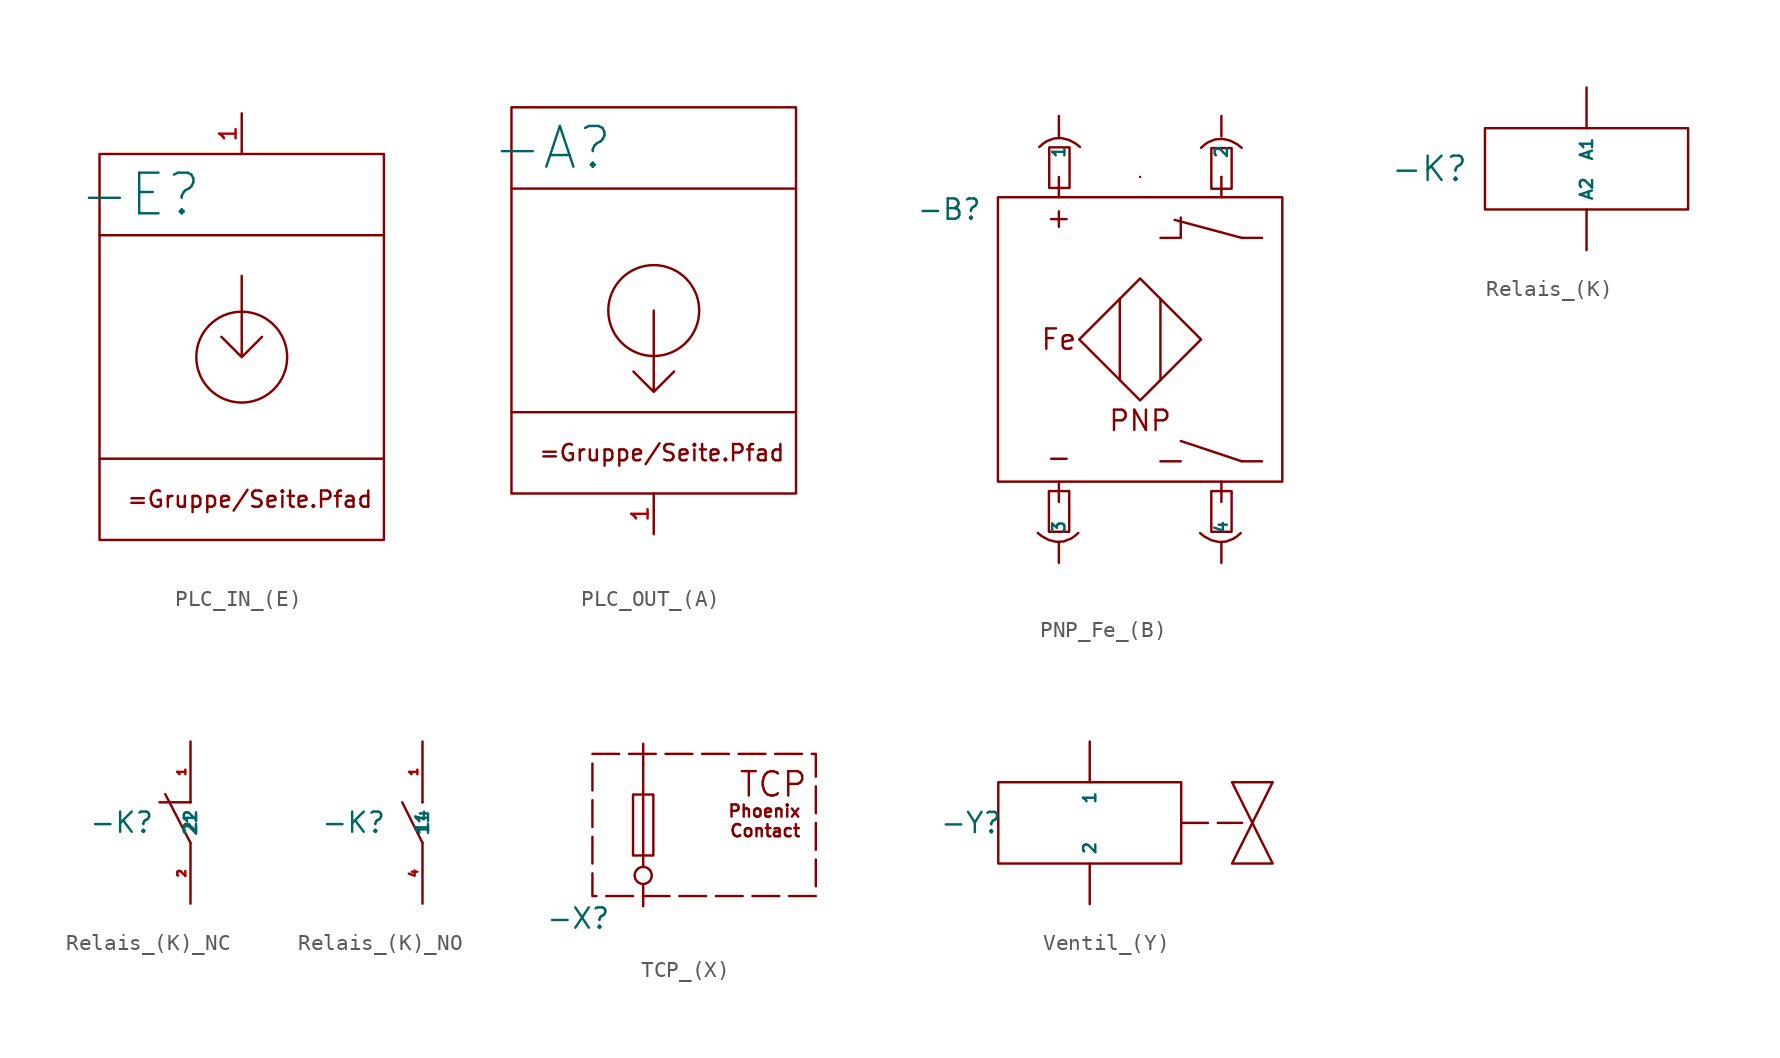
<source format=kicad_sym>
(kicad_symbol_lib
  (version 20241209)
  (generator "kicad_symbol_editor")
  (generator_version "9.0")
  (symbol "PLC_IN_(E)"
    (property "Reference" "-E"
      (at -6.35 10.16 0)
      (effects (font (size 2.54 2.54))))
    (property "Value" ""
      (at 0 0 0)
      (effects (font (size 1.27 1.27))))
    (symbol "PLC_IN_(E)_0_1"
      (rectangle (start -8.89 12.7) (end 8.89 -11.43) (stroke (width 0) (type default)) (fill (type none)))
      (polyline (pts (xy -8.89 7.62) (xy 8.89 7.62)) (stroke (width 0) (type default)) (fill (type none)))
      (polyline (pts (xy -8.89 -6.35) (xy 8.89 -6.35)) (stroke (width 0) (type default)) (fill (type none)))
      (polyline (pts (xy 0 5.08) (xy 0 0) (xy 1.27 1.27) (xy 0 0) (xy -1.27 1.27)) (stroke (width 0) (type default)) (fill (type none)))
      (circle (center 0 0) (radius 2.84) (stroke (width 0) (type default)) (fill (type none))))
    (symbol "PLC_IN_(E)_1_1"
      (text "=Gruppe/Seite.Pfad" (at 0.508 -8.89 0) (effects (font (size 1.016 1.016))))
      (pin input line (at 0 15.24 270) (length 2.54) (name "" (effects (font (size 1.27 1.27)))) (number "1" (effects (font (size 1.016 1.016)))))))
  (symbol "PLC_OUT_(A)"
    (property "Reference" "-A"
      (at -6.35 10.16 0)
      (effects (font (size 2.54 2.54))))
    (property "Value" ""
      (at 0 0 0)
      (effects (font (size 1.27 1.27))))
    (symbol "PLC_OUT_(A)_0_1"
      (rectangle (start -8.89 12.7) (end 8.89 -11.43) (stroke (width 0) (type default)) (fill (type none)))
      (polyline (pts (xy -8.89 7.62) (xy 8.89 7.62)) (stroke (width 0) (type default)) (fill (type none)))
      (polyline (pts (xy -8.89 -6.35) (xy 8.89 -6.35)) (stroke (width 0) (type default)) (fill (type none)))
      (polyline (pts (xy 0 0) (xy 0 -5.08) (xy 1.27 -3.81) (xy 0 -5.08) (xy -1.27 -3.81)) (stroke (width 0) (type default)) (fill (type none)))
      (circle (center 0 0) (radius 2.84) (stroke (width 0) (type default)) (fill (type none))))
    (symbol "PLC_OUT_(A)_1_1"
      (text "=Gruppe/Seite.Pfad" (at 0.508 -8.89 0) (effects (font (size 1.016 1.016))))
      (pin output line (at 0 -13.97 90) (length 2.54) (name "" (effects (font (size 1.27 1.27)))) (number "1" (effects (font (size 1.016 1.016)))))))
  (symbol "PNP_Fe_(B)"
    (property "Reference" "-B"
      (at -11.938 8.128 0)
      (effects (font (size 1.27 1.27))))
    (property "Value" ""
      (at 0 0 0)
      (effects (font (size 1.27 1.27))))
    (symbol "PNP_Fe_(B)_0_1"
      (rectangle (start -8.89 8.89) (end 8.89 -8.89) (stroke (width 0) (type default)) (fill (type none)))
      (polyline (pts (xy -5.08 8.89) (xy -5.08 10.16)) (stroke (width 0) (type default)) (fill (type none)))
      (polyline (pts (xy -5.08 -8.89) (xy -5.08 -10.16)) (stroke (width 0) (type default)) (fill (type none)))
      (polyline (pts (xy -3.81 0) (xy 0 3.81) (xy 3.81 0) (xy 0 -3.81) (xy -3.81 0)) (stroke (width 0) (type default)) (fill (type none)))
      (polyline (pts (xy -1.27 2.54) (xy -1.27 -2.54)) (stroke (width 0) (type default)) (fill (type none)))
      (rectangle (start 0 10.16) (end 0 10.16) (stroke (width 0) (type default)) (fill (type none)))
      (polyline (pts (xy 1.27 6.35) (xy 2.54 6.35) (xy 2.54 7.62)) (stroke (width 0) (type default)) (fill (type none)))
      (polyline (pts (xy 1.27 2.54) (xy 1.27 -2.54)) (stroke (width 0) (type default)) (fill (type none)))
      (polyline (pts (xy 1.27 -7.62) (xy 2.54 -7.62)) (stroke (width 0) (type default)) (fill (type none)))
      (rectangle (start 5.08 10.16) (end 5.08 10.16) (stroke (width 0) (type default)) (fill (type none)))
      (polyline (pts (xy 5.08 8.89) (xy 5.08 10.16)) (stroke (width 0) (type default)) (fill (type none)))
      (polyline (pts (xy 5.08 -8.89) (xy 5.08 -10.16)) (stroke (width 0) (type default)) (fill (type none)))
      (polyline (pts (xy 6.35 6.35) (xy 2.161 7.474)) (stroke (width 0) (type default)) (fill (type none)))
      (polyline (pts (xy 6.35 6.35) (xy 7.62 6.35)) (stroke (width 0) (type default)) (fill (type none)))
      (polyline (pts (xy 6.35 -7.62) (xy 2.54 -6.35)) (stroke (width 0) (type default)) (fill (type none)))
      (polyline (pts (xy 6.35 -7.62) (xy 7.62 -7.62)) (stroke (width 0) (type default)) (fill (type none))))
    (symbol "PNP_Fe_(B)_1_1"
      (bezier (pts (xy -6.301 12.034) (xy -5.031 13.305) (xy -3.761 12.034) (xy -3.761 12.034)) (stroke (width 0) (type default)) (fill (type none)))
      (rectangle (start -5.703 -9.483) (end -4.433 -12.024) (stroke (width 0) (type solid)) (fill (type color) (color 0 0 0 0)))
      (rectangle (start -5.683 12.011) (end -4.413 9.471) (stroke (width 0) (type solid)) (fill (type color) (color 0 0 0 0)))
      (bezier (pts (xy -3.864 -12.097) (xy -5.134 -13.367) (xy -6.404 -12.097) (xy -6.404 -12.097)) (stroke (width 0) (type default)) (fill (type none)))
      (bezier (pts (xy 3.809 11.981) (xy 5.079 13.251) (xy 6.349 11.981) (xy 6.349 11.981)) (stroke (width 0) (type default)) (fill (type none)))
      (rectangle (start 4.449 -9.483) (end 5.719 -12.024) (stroke (width 0) (type solid)) (fill (type color) (color 0 0 0 0)))
      (rectangle (start 4.451 11.963) (end 5.721 9.423) (stroke (width 0) (type solid)) (fill (type color) (color 0 0 0 0)))
      (bezier (pts (xy 6.286 -12.107) (xy 5.016 -13.377) (xy 3.746 -12.107) (xy 3.746 -12.107)) (stroke (width 0) (type default)) (fill (type none)))
      (text "+" (at -5.08 7.62 0) (effects (font (size 1.27 1.27))))
      (text "Fe" (at -5.08 0 0) (effects (font (size 1.27 1.27))))
      (text "-" (at -5.08 -7.366 0) (effects (font (size 1.27 1.27))))
      (text "PNP" (at 0 -5.08 0) (effects (font (size 1.27 1.27))))
      (pin input line (at -5.08 13.97 270) (length 1.27) (name "1" (effects (font (size 0.762 0.762)))) (number "" (effects (font (size 0.508 0.508)))))
      (pin input line (at -5.08 -13.97 90) (length 1.27) (name "3" (effects (font (size 0.762 0.762)))) (number "" (effects (font (size 0.508 0.508)))))
      (pin output line (at 5.08 13.97 270) (length 1.27) (name "2" (effects (font (size 0.762 0.762)))) (number "" (effects (font (size 0.508 0.508)))))
      (pin output line (at 5.08 -13.97 90) (length 1.27) (name "4" (effects (font (size 0.762 0.762)))) (number "" (effects (font (size 0.508 0.508)))))))
  (symbol "Relais_(K)"
    (property "Reference" "-K"
      (at -7.366 0 0)
      (effects (font (size 1.524 1.524)) (justify right)))
    (property "Value" ""
      (at 0 0 0)
      (effects (font (size 1.27 1.27))))
    (symbol "Relais_(K)_0_1"
      (rectangle (start -6.35 2.54) (end 6.35 -2.54) (stroke (width 0) (type default)) (fill (type none))))
    (symbol "Relais_(K)_1_1"
      (pin input line (at 0 5.08 270) (length 2.54) (name "A1" (effects (font (size 0.762 0.762)))) (number "" (effects (font (size 0.508 0.508)))))
      (pin output line (at 0 -5.08 90) (length 2.54) (name "A2" (effects (font (size 0.762 0.762)))) (number "" (effects (font (size 0.508 0.508)))))))
  (symbol "Relais_(K)_NC"
    (property "Reference" "-K"
      (at -4.318 0 0)
      (effects (font (size 1.27 1.27))))
    (property "Value" ""
      (at 0 0 0)
      (effects (font (size 1.27 1.27))))
    (symbol "Relais_(K)_NC_0_1"
      (polyline (pts (xy 0 1.27) (xy -1.944 1.27)) (stroke (width 0) (type default)) (fill (type none)))
      (polyline (pts (xy 0 1.27) (xy 0 1.27)) (stroke (width 0) (type default)) (fill (type none)))
      (polyline (pts (xy 0 -1.27) (xy -1.583 1.78)) (stroke (width 0) (type default)) (fill (type none))))
    (symbol "Relais_(K)_NC_1_1"
      (pin input line (at 0 5.08 270) (length 3.81) (name "21" (effects (font (size 0.762 0.762)))) (number "1" (effects (font (size 0.508 0.508)))))
      (pin output line (at 0 -5.08 90) (length 3.81) (name "22" (effects (font (size 0.762 0.762)))) (number "2" (effects (font (size 0.508 0.508)))))))
  (symbol "Relais_(K)_NO"
    (property "Reference" "-K"
      (at -4.318 0 0)
      (effects (font (size 1.27 1.27))))
    (property "Value" ""
      (at 0 0 0)
      (effects (font (size 1.27 1.27))))
    (symbol "Relais_(K)_NO_0_1"
      (polyline (pts (xy 0 1.27) (xy 0 1.27)) (stroke (width 0) (type default)) (fill (type none)))
      (polyline (pts (xy 0 -1.27) (xy -1.27 1.27)) (stroke (width 0) (type default)) (fill (type none))))
    (symbol "Relais_(K)_NO_1_1"
      (pin input line (at 0 5.08 270) (length 3.81) (name "11" (effects (font (size 0.762 0.762)))) (number "1" (effects (font (size 0.508 0.508)))))
      (pin output line (at 0 -5.08 90) (length 3.81) (name "14" (effects (font (size 0.762 0.762)))) (number "4" (effects (font (size 0.508 0.508)))))))
  (symbol "TCP_(X)"
    (property "Reference" "-X"
      (at -7.874 -5.842 0)
      (effects (font (size 1.27 1.27))))
    (property "Value" ""
      (at 0 0 0)
      (effects (font (size 1.27 1.27))))
    (symbol "TCP_(X)_1_1"
      (rectangle (start -6.985 4.445) (end 6.985 -4.445) (stroke (width 0) (type dash)) (fill (type none)))
      (rectangle (start -4.445 1.905) (end -3.175 -1.905) (stroke (width 0) (type default)) (fill (type none)))
      (circle (center -3.81 -3.155) (radius 0.534) (stroke (width 0) (type default)) (fill (type none)))
      (polyline (pts (xy -3.81 3.81) (xy -3.81 -2.54)) (stroke (width 0) (type default)) (fill (type none)))
      (text "TCP" (at 4.318 2.54 0) (effects (font (size 1.524 1.524))))
      (text "Phoenix\nContact" (at 6.096 0.254 0) (effects (font (size 0.762 0.762)) (justify right)))
      (pin input line (at -3.81 5.08 270) (length 1.27) (name "" (effects (font (size 0.762 0.762)))) (number "" (effects (font (size 0.508 0.508)))))
      (pin output line (at -3.81 -5.08 90) (length 1.27) (name "" (effects (font (size 0.762 0.762)))) (number "" (effects (font (size 0.508 0.508)))))))
  (symbol "Ventil_(Y)"
    (property "Reference" "-Y"
      (at -9.398 0 0)
      (effects (font (size 1.27 1.27)) (justify left)))
    (property "Value" ""
      (at 0 0 0)
      (effects (font (size 1.27 1.27))))
    (symbol "Ventil_(Y)_0_1"
      (rectangle (start -5.715 2.54) (end 5.715 -2.54) (stroke (width 0) (type default)) (fill (type none))))
    (symbol "Ventil_(Y)_1_1"
      (polyline (pts (xy 5.715 0) (xy 9.525 0)) (stroke (width 0) (type dash)) (fill (type none)))
      (polyline (pts (xy 10.16 0) (xy 8.89 -2.54) (xy 11.43 -2.54) (xy 10.16 0) (xy 8.89 2.54) (xy 11.43 2.54) (xy 10.16 0)) (stroke (width 0) (type default)) (fill (type none)))
      (pin input line (at 0 5.08 270) (length 2.54) (name "1" (effects (font (size 0.762 0.762)))) (number "" (effects (font (size 0.508 0.508)))))
      (pin output line (at 0 -5.08 90) (length 2.54) (name "2" (effects (font (size 0.762 0.762)))) (number "" (effects (font (size 0.508 0.508))))))))
</source>
